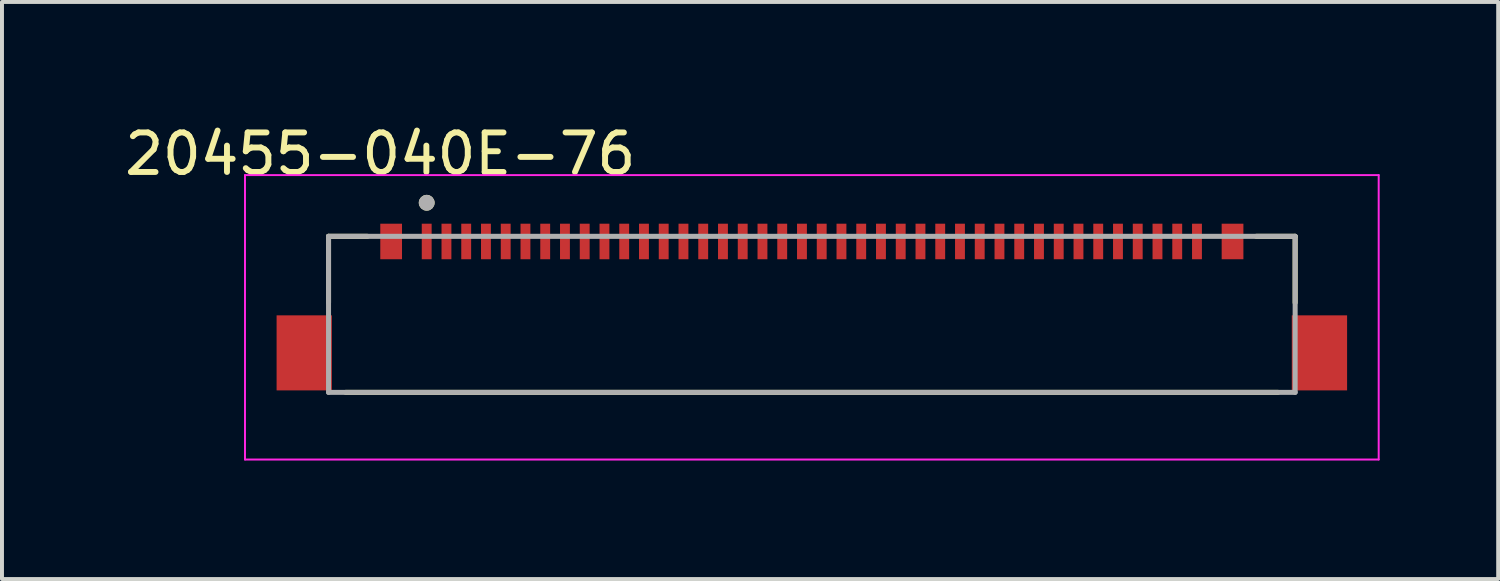
<source format=kicad_pcb>
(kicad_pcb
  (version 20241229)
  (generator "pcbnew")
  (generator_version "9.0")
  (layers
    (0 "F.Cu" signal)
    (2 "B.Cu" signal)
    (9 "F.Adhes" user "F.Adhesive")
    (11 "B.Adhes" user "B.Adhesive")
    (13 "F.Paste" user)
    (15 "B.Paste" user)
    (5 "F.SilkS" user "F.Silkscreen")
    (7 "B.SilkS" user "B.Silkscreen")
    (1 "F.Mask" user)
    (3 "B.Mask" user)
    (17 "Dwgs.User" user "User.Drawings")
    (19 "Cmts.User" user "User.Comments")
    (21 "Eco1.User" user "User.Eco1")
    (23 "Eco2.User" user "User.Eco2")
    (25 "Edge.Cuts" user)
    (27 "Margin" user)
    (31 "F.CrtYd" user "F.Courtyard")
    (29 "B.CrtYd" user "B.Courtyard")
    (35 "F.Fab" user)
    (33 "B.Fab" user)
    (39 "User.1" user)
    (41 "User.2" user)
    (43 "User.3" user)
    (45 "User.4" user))
  (footprint "20455-040E-76"
    (layer "F.Cu")
    (at 17.502 4.983)
    (property "Reference" "20455-040E-76" (at -10.925 -4.135 0) (layer "F.SilkS") (effects (font (size 1 1) (thickness 0.15))))
    (attr smd)
    (fp_line (start -12.235 -2.05) (end -12.235 -0.37) (stroke (width 0.127) (type solid)) (layer "F.SilkS"))
    (fp_line (start -12.235 -2.05) (end -11.25 -2.05) (stroke (width 0.127) (type solid)) (layer "F.SilkS"))
    (fp_line (start -11.8 1.9) (end 11.8 1.9) (stroke (width 0.127) (type solid)) (layer "F.SilkS"))
    (fp_line (start 11.25 -2.05) (end 12.235 -2.05) (stroke (width 0.127) (type solid)) (layer "F.SilkS"))
    (fp_line (start 12.235 -2.05) (end 12.235 -0.37) (stroke (width 0.127) (type solid)) (layer "F.SilkS"))
    (fp_circle (center -9.75 -2.9) (end -9.65 -2.9) (stroke (width 0.2) (type solid)) (fill no) (layer "F.SilkS"))
    (fp_line (start -14.35 -3.6) (end -14.35 3.6) (stroke (width 0.05) (type solid)) (layer "F.CrtYd"))
    (fp_line (start -14.35 3.6) (end 14.35 3.6) (stroke (width 0.05) (type solid)) (layer "F.CrtYd"))
    (fp_line (start 14.35 -3.6) (end -14.35 -3.6) (stroke (width 0.05) (type solid)) (layer "F.CrtYd"))
    (fp_line (start 14.35 3.6) (end 14.35 -3.6) (stroke (width 0.05) (type solid)) (layer "F.CrtYd"))
    (fp_poly (pts (xy -14.1 -3.35) (xy 14.1 -3.35) (xy 14.1 3.35) (xy 13.55 3.35) (xy 13.55 -0.05) (xy 12.15 -0.05) (xy 12.15 -2.37) (xy -12.15 -2.37) (xy -12.15 -0.05) (xy -13.55 -0.05) (xy -13.55 3.35) (xy -14.1 3.35)) (stroke (width 0.001) (type solid)) (fill no) (layer "F.CrtYd"))
    (fp_line (start -12.235 -2.05) (end 12.235 -2.05) (stroke (width 0.127) (type solid)) (layer "F.Fab"))
    (fp_line (start -12.235 1.9) (end -12.235 -2.05) (stroke (width 0.127) (type solid)) (layer "F.Fab"))
    (fp_line (start 12.235 -2.05) (end 12.235 1.9) (stroke (width 0.127) (type solid)) (layer "F.Fab"))
    (fp_line (start 12.235 1.9) (end -12.235 1.9) (stroke (width 0.127) (type solid)) (layer "F.Fab"))
    (fp_circle (center -9.75 -2.9) (end -9.65 -2.9) (stroke (width 0.2) (type solid)) (fill no) (layer "F.Fab"))
    (pad "1" smd rect (at -9.75 -1.92) (size 0.25 0.9) (layers "F.Cu" "F.Mask" "F.Paste"))
    (pad "2" smd rect (at -9.25 -1.92) (size 0.25 0.9) (layers "F.Cu" "F.Mask" "F.Paste"))
    (pad "3" smd rect (at -8.75 -1.92) (size 0.25 0.9) (layers "F.Cu" "F.Mask" "F.Paste"))
    (pad "4" smd rect (at -8.25 -1.92) (size 0.25 0.9) (layers "F.Cu" "F.Mask" "F.Paste"))
    (pad "5" smd rect (at -7.75 -1.92) (size 0.25 0.9) (layers "F.Cu" "F.Mask" "F.Paste"))
    (pad "6" smd rect (at -7.25 -1.92) (size 0.25 0.9) (layers "F.Cu" "F.Mask" "F.Paste"))
    (pad "7" smd rect (at -6.75 -1.92) (size 0.25 0.9) (layers "F.Cu" "F.Mask" "F.Paste"))
    (pad "8" smd rect (at -6.25 -1.92) (size 0.25 0.9) (layers "F.Cu" "F.Mask" "F.Paste"))
    (pad "9" smd rect (at -5.75 -1.92) (size 0.25 0.9) (layers "F.Cu" "F.Mask" "F.Paste"))
    (pad "10" smd rect (at -5.25 -1.92) (size 0.25 0.9) (layers "F.Cu" "F.Mask" "F.Paste"))
    (pad "11" smd rect (at -4.75 -1.92) (size 0.25 0.9) (layers "F.Cu" "F.Mask" "F.Paste"))
    (pad "12" smd rect (at -4.25 -1.92) (size 0.25 0.9) (layers "F.Cu" "F.Mask" "F.Paste"))
    (pad "13" smd rect (at -3.75 -1.92) (size 0.25 0.9) (layers "F.Cu" "F.Mask" "F.Paste"))
    (pad "14" smd rect (at -3.25 -1.92) (size 0.25 0.9) (layers "F.Cu" "F.Mask" "F.Paste"))
    (pad "15" smd rect (at -2.75 -1.92) (size 0.25 0.9) (layers "F.Cu" "F.Mask" "F.Paste"))
    (pad "16" smd rect (at -2.25 -1.92) (size 0.25 0.9) (layers "F.Cu" "F.Mask" "F.Paste"))
    (pad "17" smd rect (at -1.75 -1.92) (size 0.25 0.9) (layers "F.Cu" "F.Mask" "F.Paste"))
    (pad "18" smd rect (at -1.25 -1.92) (size 0.25 0.9) (layers "F.Cu" "F.Mask" "F.Paste"))
    (pad "19" smd rect (at -0.75 -1.92) (size 0.25 0.9) (layers "F.Cu" "F.Mask" "F.Paste"))
    (pad "20" smd rect (at -0.25 -1.92) (size 0.25 0.9) (layers "F.Cu" "F.Mask" "F.Paste"))
    (pad "21" smd rect (at 0.25 -1.92) (size 0.25 0.9) (layers "F.Cu" "F.Mask" "F.Paste"))
    (pad "22" smd rect (at 0.75 -1.92) (size 0.25 0.9) (layers "F.Cu" "F.Mask" "F.Paste"))
    (pad "23" smd rect (at 1.25 -1.92) (size 0.25 0.9) (layers "F.Cu" "F.Mask" "F.Paste"))
    (pad "24" smd rect (at 1.75 -1.92) (size 0.25 0.9) (layers "F.Cu" "F.Mask" "F.Paste"))
    (pad "25" smd rect (at 2.25 -1.92) (size 0.25 0.9) (layers "F.Cu" "F.Mask" "F.Paste"))
    (pad "26" smd rect (at 2.75 -1.92) (size 0.25 0.9) (layers "F.Cu" "F.Mask" "F.Paste"))
    (pad "27" smd rect (at 3.25 -1.92) (size 0.25 0.9) (layers "F.Cu" "F.Mask" "F.Paste"))
    (pad "28" smd rect (at 3.75 -1.92) (size 0.25 0.9) (layers "F.Cu" "F.Mask" "F.Paste"))
    (pad "29" smd rect (at 4.25 -1.92) (size 0.25 0.9) (layers "F.Cu" "F.Mask" "F.Paste"))
    (pad "30" smd rect (at 4.75 -1.92) (size 0.25 0.9) (layers "F.Cu" "F.Mask" "F.Paste"))
    (pad "31" smd rect (at 5.25 -1.92) (size 0.25 0.9) (layers "F.Cu" "F.Mask" "F.Paste"))
    (pad "32" smd rect (at 5.75 -1.92) (size 0.25 0.9) (layers "F.Cu" "F.Mask" "F.Paste"))
    (pad "33" smd rect (at 6.25 -1.92) (size 0.25 0.9) (layers "F.Cu" "F.Mask" "F.Paste"))
    (pad "34" smd rect (at 6.75 -1.92) (size 0.25 0.9) (layers "F.Cu" "F.Mask" "F.Paste"))
    (pad "35" smd rect (at 7.25 -1.92) (size 0.25 0.9) (layers "F.Cu" "F.Mask" "F.Paste"))
    (pad "36" smd rect (at 7.75 -1.92) (size 0.25 0.9) (layers "F.Cu" "F.Mask" "F.Paste"))
    (pad "37" smd rect (at 8.25 -1.92) (size 0.25 0.9) (layers "F.Cu" "F.Mask" "F.Paste"))
    (pad "38" smd rect (at 8.75 -1.92) (size 0.25 0.9) (layers "F.Cu" "F.Mask" "F.Paste"))
    (pad "39" smd rect (at 9.25 -1.92) (size 0.25 0.9) (layers "F.Cu" "F.Mask" "F.Paste"))
    (pad "40" smd rect (at 9.75 -1.92) (size 0.25 0.9) (layers "F.Cu" "F.Mask" "F.Paste"))
    (pad "S1" smd rect (at -10.65 -1.92) (size 0.55 0.9) (layers "F.Cu" "F.Mask" "F.Paste"))
    (pad "S2" smd rect (at -12.85 0.9) (size 1.4 1.9) (layers "F.Cu" "F.Mask" "F.Paste"))
    (pad "S3" smd rect (at 10.65 -1.92) (size 0.55 0.9) (layers "F.Cu" "F.Mask" "F.Paste"))
    (pad "S4" smd rect (at 12.85 0.9) (size 1.4 1.9) (layers "F.Cu" "F.Mask" "F.Paste")))
  (gr_rect
    (start -3 -3)
    (end 34.877 11.608)
    (stroke (width 0.1) (type default))
    (fill no)
    (layer "Edge.Cuts")))
</source>
